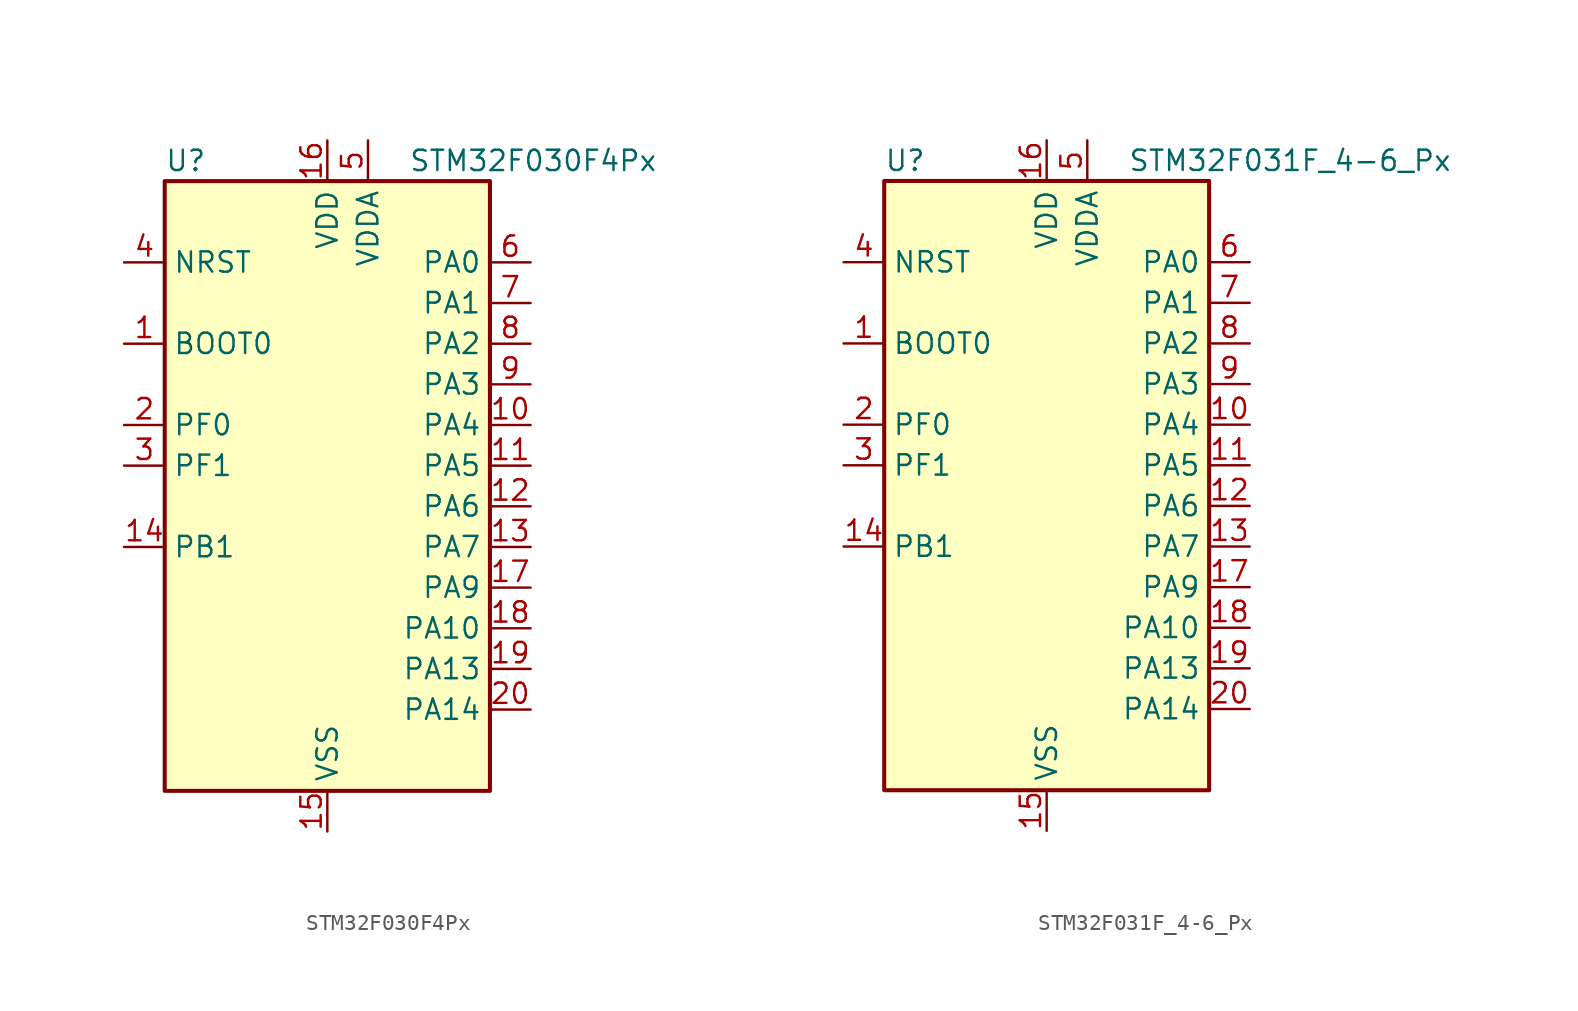
<source format=kicad_sym>
(kicad_symbol_lib
  (version 20241209)
  (generator "kicad_symbol_editor")
  (generator_version "9.0")
  (symbol "STM32F030F4Px"
    (property "Reference" "U"
      (at -10.16 21.59 0)
      (effects (font (size 1.27 1.27)) (justify left)))
    (property "Value" "STM32F030F4Px"
      (at 5.08 21.59 0)
      (effects (font (size 1.27 1.27)) (justify left)))
    (symbol "STM32F030F4Px_0_1"
      (rectangle (start -10.16 -17.78) (end 10.16 20.32) (stroke (width 0.254) (type default)) (fill (type background))))
    (symbol "STM32F030F4Px_1_1"
      (pin input line (at -12.7 15.24 0) (length 2.54) (name "NRST" (effects (font (size 1.27 1.27)))) (number "4" (effects (font (size 1.27 1.27)))))
      (pin input line (at -12.7 10.16 0) (length 2.54) (name "BOOT0" (effects (font (size 1.27 1.27)))) (number "1" (effects (font (size 1.27 1.27)))))
      (pin bidirectional line (at -12.7 5.08 0) (length 2.54) (name "PF0" (effects (font (size 1.27 1.27)))) (number "2" (effects (font (size 1.27 1.27)))) (alternate "RCC_OSC_IN" bidirectional line))
      (pin bidirectional line (at -12.7 2.54 0) (length 2.54) (name "PF1" (effects (font (size 1.27 1.27)))) (number "3" (effects (font (size 1.27 1.27)))) (alternate "RCC_OSC_OUT" bidirectional line))
      (pin bidirectional line (at -12.7 -2.54 0) (length 2.54) (name "PB1" (effects (font (size 1.27 1.27)))) (number "14" (effects (font (size 1.27 1.27)))) (alternate "ADC_IN9" bidirectional line) (alternate "TIM14_CH1" bidirectional line) (alternate "TIM1_CH3N" bidirectional line) (alternate "TIM3_CH4" bidirectional line))
      (pin power_in line (at 0 22.86 270) (length 2.54) (name "VDD" (effects (font (size 1.27 1.27)))) (number "16" (effects (font (size 1.27 1.27)))))
      (pin power_in line (at 0 -20.32 90) (length 2.54) (name "VSS" (effects (font (size 1.27 1.27)))) (number "15" (effects (font (size 1.27 1.27)))))
      (pin power_in line (at 2.54 22.86 270) (length 2.54) (name "VDDA" (effects (font (size 1.27 1.27)))) (number "5" (effects (font (size 1.27 1.27)))))
      (pin bidirectional line (at 12.7 15.24 180) (length 2.54) (name "PA0" (effects (font (size 1.27 1.27)))) (number "6" (effects (font (size 1.27 1.27)))) (alternate "ADC_IN0" bidirectional line) (alternate "RTC_TAMP2" bidirectional line) (alternate "SYS_WKUP1" bidirectional line) (alternate "USART1_CTS" bidirectional line))
      (pin bidirectional line (at 12.7 12.7 180) (length 2.54) (name "PA1" (effects (font (size 1.27 1.27)))) (number "7" (effects (font (size 1.27 1.27)))) (alternate "ADC_IN1" bidirectional line) (alternate "USART1_DE" bidirectional line) (alternate "USART1_RTS" bidirectional line))
      (pin bidirectional line (at 12.7 10.16 180) (length 2.54) (name "PA2" (effects (font (size 1.27 1.27)))) (number "8" (effects (font (size 1.27 1.27)))) (alternate "ADC_IN2" bidirectional line) (alternate "USART1_TX" bidirectional line))
      (pin bidirectional line (at 12.7 7.62 180) (length 2.54) (name "PA3" (effects (font (size 1.27 1.27)))) (number "9" (effects (font (size 1.27 1.27)))) (alternate "ADC_IN3" bidirectional line) (alternate "USART1_RX" bidirectional line))
      (pin bidirectional line (at 12.7 5.08 180) (length 2.54) (name "PA4" (effects (font (size 1.27 1.27)))) (number "10" (effects (font (size 1.27 1.27)))) (alternate "ADC_IN4" bidirectional line) (alternate "SPI1_NSS" bidirectional line) (alternate "TIM14_CH1" bidirectional line) (alternate "USART1_CK" bidirectional line))
      (pin bidirectional line (at 12.7 2.54 180) (length 2.54) (name "PA5" (effects (font (size 1.27 1.27)))) (number "11" (effects (font (size 1.27 1.27)))) (alternate "ADC_IN5" bidirectional line) (alternate "SPI1_SCK" bidirectional line))
      (pin bidirectional line (at 12.7 0 180) (length 2.54) (name "PA6" (effects (font (size 1.27 1.27)))) (number "12" (effects (font (size 1.27 1.27)))) (alternate "ADC_IN6" bidirectional line) (alternate "SPI1_MISO" bidirectional line) (alternate "TIM16_CH1" bidirectional line) (alternate "TIM1_BKIN" bidirectional line) (alternate "TIM3_CH1" bidirectional line))
      (pin bidirectional line (at 12.7 -2.54 180) (length 2.54) (name "PA7" (effects (font (size 1.27 1.27)))) (number "13" (effects (font (size 1.27 1.27)))) (alternate "ADC_IN7" bidirectional line) (alternate "SPI1_MOSI" bidirectional line) (alternate "TIM14_CH1" bidirectional line) (alternate "TIM17_CH1" bidirectional line) (alternate "TIM1_CH1N" bidirectional line) (alternate "TIM3_CH2" bidirectional line))
      (pin bidirectional line (at 12.7 -5.08 180) (length 2.54) (name "PA9" (effects (font (size 1.27 1.27)))) (number "17" (effects (font (size 1.27 1.27)))) (alternate "I2C1_SCL" bidirectional line) (alternate "TIM1_CH2" bidirectional line) (alternate "USART1_TX" bidirectional line))
      (pin bidirectional line (at 12.7 -7.62 180) (length 2.54) (name "PA10" (effects (font (size 1.27 1.27)))) (number "18" (effects (font (size 1.27 1.27)))) (alternate "I2C1_SDA" bidirectional line) (alternate "TIM17_BKIN" bidirectional line) (alternate "TIM1_CH3" bidirectional line) (alternate "USART1_RX" bidirectional line))
      (pin bidirectional line (at 12.7 -10.16 180) (length 2.54) (name "PA13" (effects (font (size 1.27 1.27)))) (number "19" (effects (font (size 1.27 1.27)))) (alternate "IR_OUT" bidirectional line) (alternate "SYS_SWDIO" bidirectional line))
      (pin bidirectional line (at 12.7 -12.7 180) (length 2.54) (name "PA14" (effects (font (size 1.27 1.27)))) (number "20" (effects (font (size 1.27 1.27)))) (alternate "SYS_SWCLK" bidirectional line) (alternate "USART1_TX" bidirectional line))))
  (symbol "STM32F031F_4-6_Px"
    (property "Reference" "U"
      (at -10.16 21.59 0)
      (effects (font (size 1.27 1.27)) (justify left)))
    (property "Value" "STM32F031F_4-6_Px"
      (at 5.08 21.59 0)
      (effects (font (size 1.27 1.27)) (justify left)))
    (symbol "STM32F031F_4-6_Px_0_1"
      (rectangle (start -10.16 -17.78) (end 10.16 20.32) (stroke (width 0.254) (type default)) (fill (type background))))
    (symbol "STM32F031F_4-6_Px_1_1"
      (pin input line (at -12.7 15.24 0) (length 2.54) (name "NRST" (effects (font (size 1.27 1.27)))) (number "4" (effects (font (size 1.27 1.27)))))
      (pin input line (at -12.7 10.16 0) (length 2.54) (name "BOOT0" (effects (font (size 1.27 1.27)))) (number "1" (effects (font (size 1.27 1.27)))))
      (pin bidirectional line (at -12.7 5.08 0) (length 2.54) (name "PF0" (effects (font (size 1.27 1.27)))) (number "2" (effects (font (size 1.27 1.27)))) (alternate "RCC_OSC_IN" bidirectional line))
      (pin bidirectional line (at -12.7 2.54 0) (length 2.54) (name "PF1" (effects (font (size 1.27 1.27)))) (number "3" (effects (font (size 1.27 1.27)))) (alternate "RCC_OSC_OUT" bidirectional line))
      (pin bidirectional line (at -12.7 -2.54 0) (length 2.54) (name "PB1" (effects (font (size 1.27 1.27)))) (number "14" (effects (font (size 1.27 1.27)))) (alternate "ADC_IN9" bidirectional line) (alternate "TIM14_CH1" bidirectional line) (alternate "TIM1_CH3N" bidirectional line) (alternate "TIM3_CH4" bidirectional line))
      (pin power_in line (at 0 22.86 270) (length 2.54) (name "VDD" (effects (font (size 1.27 1.27)))) (number "16" (effects (font (size 1.27 1.27)))))
      (pin power_in line (at 0 -20.32 90) (length 2.54) (name "VSS" (effects (font (size 1.27 1.27)))) (number "15" (effects (font (size 1.27 1.27)))))
      (pin power_in line (at 2.54 22.86 270) (length 2.54) (name "VDDA" (effects (font (size 1.27 1.27)))) (number "5" (effects (font (size 1.27 1.27)))))
      (pin bidirectional line (at 12.7 15.24 180) (length 2.54) (name "PA0" (effects (font (size 1.27 1.27)))) (number "6" (effects (font (size 1.27 1.27)))) (alternate "ADC_IN0" bidirectional line) (alternate "RTC_TAMP2" bidirectional line) (alternate "SYS_WKUP1" bidirectional line) (alternate "TIM2_CH1" bidirectional line) (alternate "TIM2_ETR" bidirectional line) (alternate "USART1_CTS" bidirectional line))
      (pin bidirectional line (at 12.7 12.7 180) (length 2.54) (name "PA1" (effects (font (size 1.27 1.27)))) (number "7" (effects (font (size 1.27 1.27)))) (alternate "ADC_IN1" bidirectional line) (alternate "TIM2_CH2" bidirectional line) (alternate "USART1_DE" bidirectional line) (alternate "USART1_RTS" bidirectional line))
      (pin bidirectional line (at 12.7 10.16 180) (length 2.54) (name "PA2" (effects (font (size 1.27 1.27)))) (number "8" (effects (font (size 1.27 1.27)))) (alternate "ADC_IN2" bidirectional line) (alternate "TIM2_CH3" bidirectional line) (alternate "USART1_TX" bidirectional line))
      (pin bidirectional line (at 12.7 7.62 180) (length 2.54) (name "PA3" (effects (font (size 1.27 1.27)))) (number "9" (effects (font (size 1.27 1.27)))) (alternate "ADC_IN3" bidirectional line) (alternate "TIM2_CH4" bidirectional line) (alternate "USART1_RX" bidirectional line))
      (pin bidirectional line (at 12.7 5.08 180) (length 2.54) (name "PA4" (effects (font (size 1.27 1.27)))) (number "10" (effects (font (size 1.27 1.27)))) (alternate "ADC_IN4" bidirectional line) (alternate "I2S1_WS" bidirectional line) (alternate "SPI1_NSS" bidirectional line) (alternate "TIM14_CH1" bidirectional line) (alternate "USART1_CK" bidirectional line))
      (pin bidirectional line (at 12.7 2.54 180) (length 2.54) (name "PA5" (effects (font (size 1.27 1.27)))) (number "11" (effects (font (size 1.27 1.27)))) (alternate "ADC_IN5" bidirectional line) (alternate "I2S1_CK" bidirectional line) (alternate "SPI1_SCK" bidirectional line) (alternate "TIM2_CH1" bidirectional line) (alternate "TIM2_ETR" bidirectional line))
      (pin bidirectional line (at 12.7 0 180) (length 2.54) (name "PA6" (effects (font (size 1.27 1.27)))) (number "12" (effects (font (size 1.27 1.27)))) (alternate "ADC_IN6" bidirectional line) (alternate "I2S1_MCK" bidirectional line) (alternate "SPI1_MISO" bidirectional line) (alternate "TIM16_CH1" bidirectional line) (alternate "TIM1_BKIN" bidirectional line) (alternate "TIM3_CH1" bidirectional line))
      (pin bidirectional line (at 12.7 -2.54 180) (length 2.54) (name "PA7" (effects (font (size 1.27 1.27)))) (number "13" (effects (font (size 1.27 1.27)))) (alternate "ADC_IN7" bidirectional line) (alternate "I2S1_SD" bidirectional line) (alternate "SPI1_MOSI" bidirectional line) (alternate "TIM14_CH1" bidirectional line) (alternate "TIM17_CH1" bidirectional line) (alternate "TIM1_CH1N" bidirectional line) (alternate "TIM3_CH2" bidirectional line))
      (pin bidirectional line (at 12.7 -5.08 180) (length 2.54) (name "PA9" (effects (font (size 1.27 1.27)))) (number "17" (effects (font (size 1.27 1.27)))) (alternate "I2C1_SCL" bidirectional line) (alternate "TIM1_CH2" bidirectional line) (alternate "USART1_TX" bidirectional line))
      (pin bidirectional line (at 12.7 -7.62 180) (length 2.54) (name "PA10" (effects (font (size 1.27 1.27)))) (number "18" (effects (font (size 1.27 1.27)))) (alternate "I2C1_SDA" bidirectional line) (alternate "TIM17_BKIN" bidirectional line) (alternate "TIM1_CH3" bidirectional line) (alternate "USART1_RX" bidirectional line))
      (pin bidirectional line (at 12.7 -10.16 180) (length 2.54) (name "PA13" (effects (font (size 1.27 1.27)))) (number "19" (effects (font (size 1.27 1.27)))) (alternate "IR_OUT" bidirectional line) (alternate "SYS_SWDIO" bidirectional line))
      (pin bidirectional line (at 12.7 -12.7 180) (length 2.54) (name "PA14" (effects (font (size 1.27 1.27)))) (number "20" (effects (font (size 1.27 1.27)))) (alternate "SYS_SWCLK" bidirectional line) (alternate "USART1_TX" bidirectional line)))))
</source>
